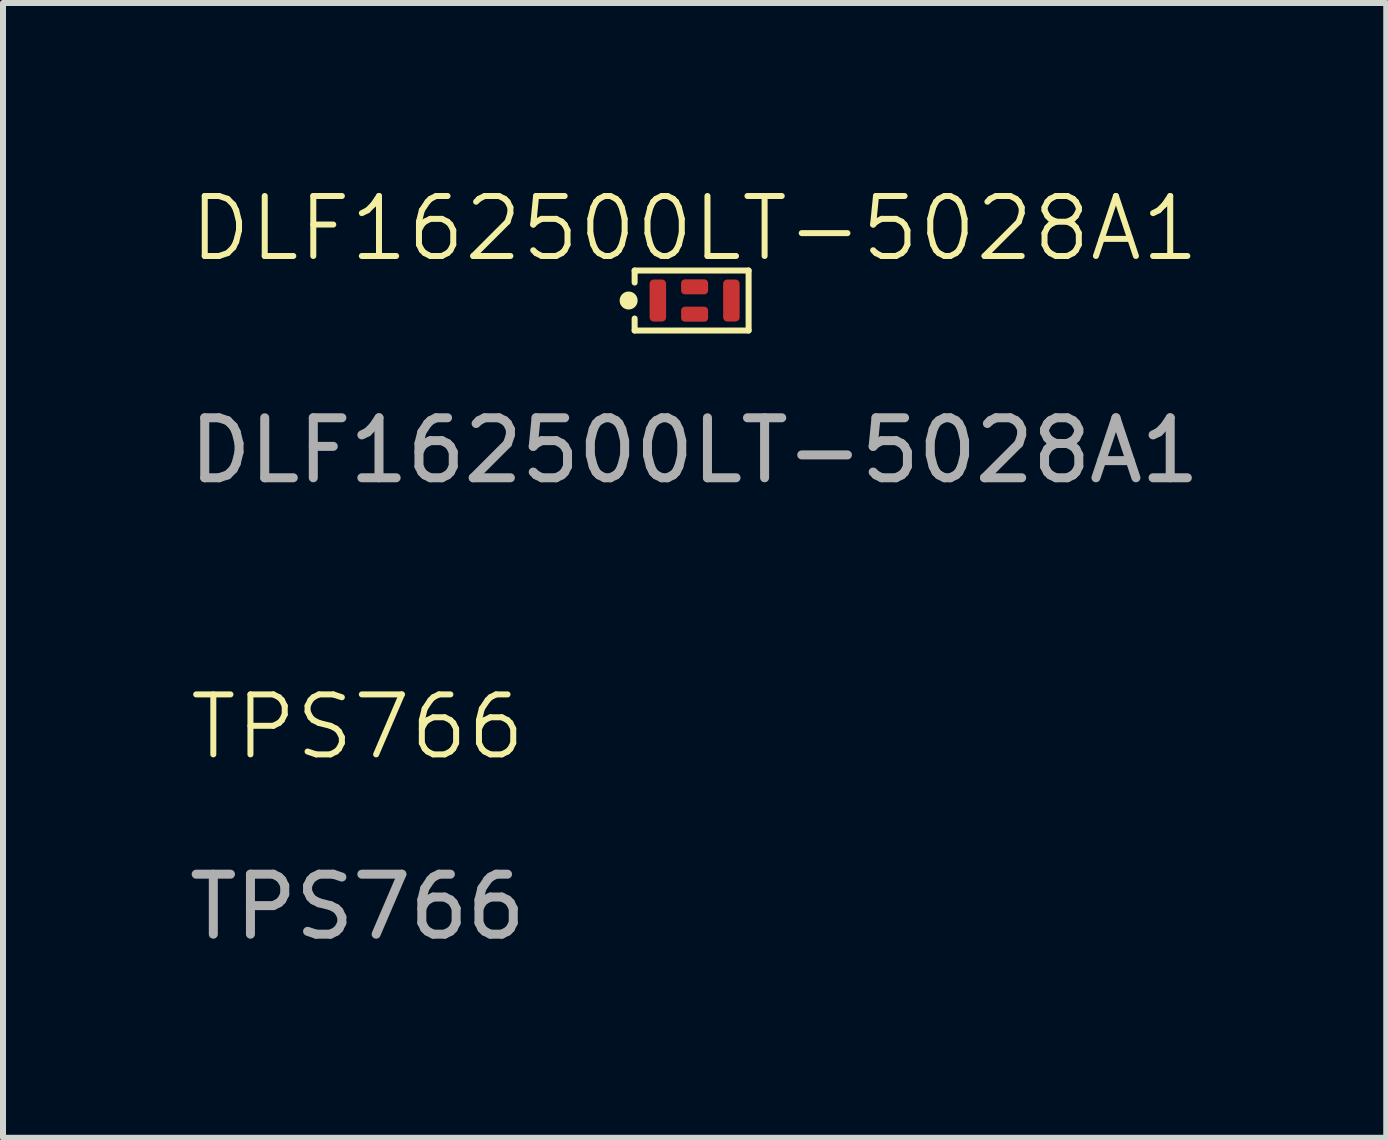
<source format=kicad_pcb>
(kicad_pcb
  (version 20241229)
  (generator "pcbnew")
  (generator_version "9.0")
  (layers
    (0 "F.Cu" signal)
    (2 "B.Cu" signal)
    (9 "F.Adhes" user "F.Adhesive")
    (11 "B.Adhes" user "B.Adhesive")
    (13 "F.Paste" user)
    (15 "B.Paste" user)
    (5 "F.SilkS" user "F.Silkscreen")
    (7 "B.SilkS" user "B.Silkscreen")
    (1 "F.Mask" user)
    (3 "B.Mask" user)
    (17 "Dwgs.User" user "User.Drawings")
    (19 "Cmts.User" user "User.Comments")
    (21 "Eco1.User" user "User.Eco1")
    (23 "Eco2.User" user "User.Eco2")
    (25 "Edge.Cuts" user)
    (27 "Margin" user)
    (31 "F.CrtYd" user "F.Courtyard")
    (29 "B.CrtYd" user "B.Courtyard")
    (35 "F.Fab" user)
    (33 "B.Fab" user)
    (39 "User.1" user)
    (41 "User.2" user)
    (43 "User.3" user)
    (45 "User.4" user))
  (footprint "DLF162500LT-5028A1"
    (layer "F.Cu")
    (at 8.53 1.96)
    (property "Reference" "DLF162500LT-5028A1" (at 0 -1.2 0) (unlocked yes) (layer "F.SilkS") (effects (font (size 1 1) (thickness 0.1))))
    (attr smd)
    (fp_line (start -1 -0.5) (end 0.9 -0.5) (stroke (width 0.1) (type default)) (layer "F.SilkS"))
    (fp_line (start -1 -0.3) (end -1 -0.5) (stroke (width 0.1) (type default)) (layer "F.SilkS"))
    (fp_line (start -1 0.5) (end -1 0.3) (stroke (width 0.1) (type default)) (layer "F.SilkS"))
    (fp_line (start 0.9 -0.5) (end 0.9 0.5) (stroke (width 0.1) (type default)) (layer "F.SilkS"))
    (fp_line (start 0.9 0.5) (end -1 0.5) (stroke (width 0.1) (type default)) (layer "F.SilkS"))
    (fp_circle (center -1.1 0) (end -1 0) (stroke (width 0.1) (type solid)) (fill yes) (layer "F.SilkS"))
    (fp_text user "${REFERENCE}" (at 0 2.5 0) (unlocked yes) (layer "F.Fab") (effects (font (size 1 1) (thickness 0.15))))
    (pad "1" smd roundrect (at -0.613 0) (size 0.275 0.7) (layers "F.Cu" "F.Mask" "F.Paste") (roundrect_rratio 0.25))
    (pad "2" smd roundrect (at 0 -0.228) (size 0.45 0.25) (layers "F.Cu" "F.Mask" "F.Paste") (roundrect_rratio 0.25))
    (pad "3" smd roundrect (at 0.613 0) (size 0.275 0.7) (layers "F.Cu" "F.Mask" "F.Paste") (roundrect_rratio 0.25))
    (pad "4" smd roundrect (at 0 0.228) (size 0.45 0.25) (layers "F.Cu" "F.Mask" "F.Paste") (roundrect_rratio 0.25)))
  (footprint "TPS766"
    (layer "F.Cu")
    (at 2.911 9.569)
    (property "Reference" "TPS766" (at 0 -0.5 0) (unlocked yes) (layer "F.SilkS") (effects (font (size 1 1) (thickness 0.1))))
    (attr smd)
    (fp_text user "${REFERENCE}" (at 0 2.5 0) (unlocked yes) (layer "F.Fab") (effects (font (size 1 1) (thickness 0.15)))))
  (gr_rect
    (start -3 -3)
    (end 20.06 15.918)
    (stroke (width 0.1) (type default))
    (fill no)
    (layer "Edge.Cuts")))
</source>
